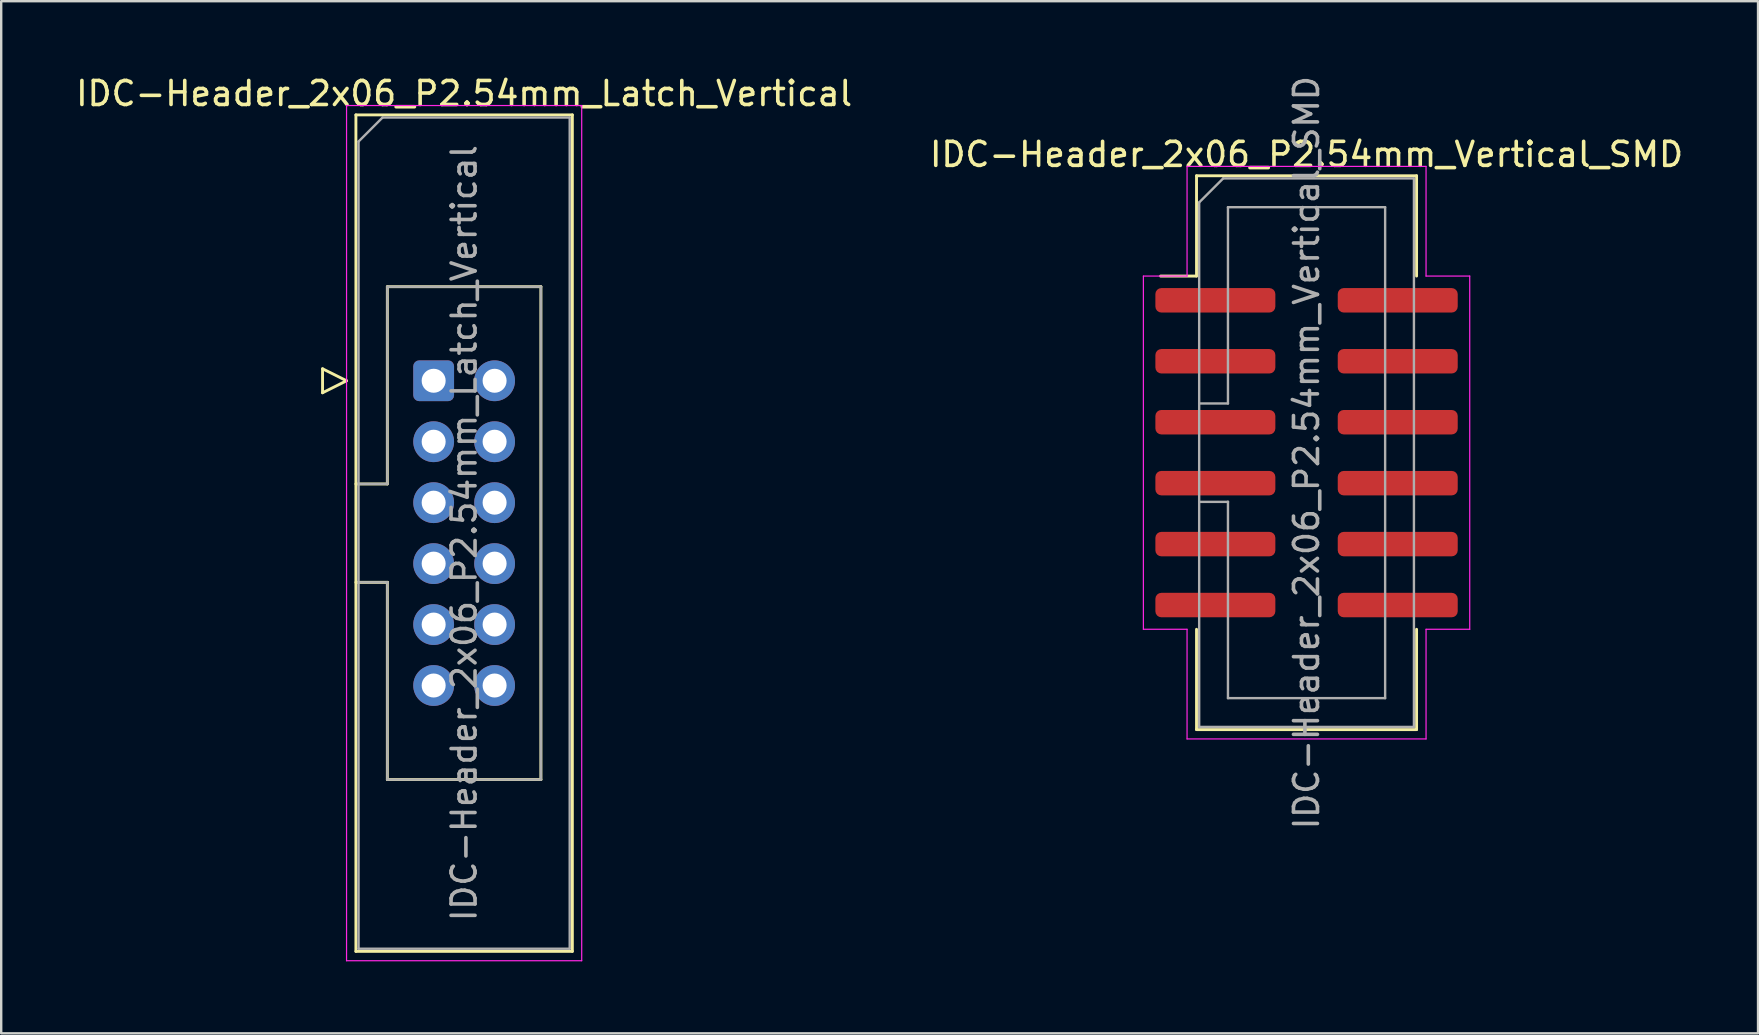
<source format=kicad_pcb>
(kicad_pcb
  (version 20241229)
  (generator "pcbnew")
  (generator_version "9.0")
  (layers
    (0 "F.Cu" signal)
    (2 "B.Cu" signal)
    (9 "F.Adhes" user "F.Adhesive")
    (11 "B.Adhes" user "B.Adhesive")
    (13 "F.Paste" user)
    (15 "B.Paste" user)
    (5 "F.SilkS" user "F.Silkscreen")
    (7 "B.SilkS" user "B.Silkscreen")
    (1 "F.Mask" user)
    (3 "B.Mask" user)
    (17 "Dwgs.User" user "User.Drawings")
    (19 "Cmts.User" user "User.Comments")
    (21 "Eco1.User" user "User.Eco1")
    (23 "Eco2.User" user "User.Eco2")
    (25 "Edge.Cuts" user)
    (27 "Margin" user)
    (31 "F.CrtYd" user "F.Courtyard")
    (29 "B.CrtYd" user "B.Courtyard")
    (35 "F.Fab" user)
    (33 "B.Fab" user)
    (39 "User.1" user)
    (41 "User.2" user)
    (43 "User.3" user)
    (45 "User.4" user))
  (footprint "IDC-Header_2x06_P2.54mm_Vertical_SMD"
    (layer "F.Cu")
    (at 51.399 15.815)
    (property "Reference" "IDC-Header_2x06_P2.54mm_Vertical_SMD" (at 0 -12.43 0) (layer "F.SilkS") (effects (font (size 1 1) (thickness 0.15))))
    (attr smd)
    (fp_line (start -4.585 -11.54) (end 4.585 -11.54) (stroke (width 0.12) (type solid)) (layer "F.SilkS"))
    (fp_line (start -4.585 -7.36) (end -6.085 -7.36) (stroke (width 0.12) (type solid)) (layer "F.SilkS"))
    (fp_line (start -4.585 -7.36) (end -4.585 -11.54) (stroke (width 0.12) (type solid)) (layer "F.SilkS"))
    (fp_line (start -4.585 7.36) (end -4.585 11.54) (stroke (width 0.12) (type solid)) (layer "F.SilkS"))
    (fp_line (start -4.585 11.54) (end 4.585 11.54) (stroke (width 0.12) (type solid)) (layer "F.SilkS"))
    (fp_line (start 4.585 -11.54) (end 4.585 -7.36) (stroke (width 0.12) (type solid)) (layer "F.SilkS"))
    (fp_line (start 4.585 11.54) (end 4.585 7.36) (stroke (width 0.12) (type solid)) (layer "F.SilkS"))
    (fp_line (start -6.8 -7.36) (end -6.8 7.36) (stroke (width 0.05) (type solid)) (layer "F.CrtYd"))
    (fp_line (start -6.8 7.36) (end -4.98 7.36) (stroke (width 0.05) (type solid)) (layer "F.CrtYd"))
    (fp_line (start -4.98 -11.93) (end -4.98 -7.36) (stroke (width 0.05) (type solid)) (layer "F.CrtYd"))
    (fp_line (start -4.98 -7.36) (end -6.8 -7.36) (stroke (width 0.05) (type solid)) (layer "F.CrtYd"))
    (fp_line (start -4.98 7.36) (end -4.98 11.93) (stroke (width 0.05) (type solid)) (layer "F.CrtYd"))
    (fp_line (start -4.98 11.93) (end 4.98 11.93) (stroke (width 0.05) (type solid)) (layer "F.CrtYd"))
    (fp_line (start 4.98 -11.93) (end -4.98 -11.93) (stroke (width 0.05) (type solid)) (layer "F.CrtYd"))
    (fp_line (start 4.98 -7.36) (end 4.98 -11.93) (stroke (width 0.05) (type solid)) (layer "F.CrtYd"))
    (fp_line (start 4.98 7.36) (end 6.8 7.36) (stroke (width 0.05) (type solid)) (layer "F.CrtYd"))
    (fp_line (start 4.98 11.93) (end 4.98 7.36) (stroke (width 0.05) (type solid)) (layer "F.CrtYd"))
    (fp_line (start 6.8 -7.36) (end 4.98 -7.36) (stroke (width 0.05) (type solid)) (layer "F.CrtYd"))
    (fp_line (start 6.8 7.36) (end 6.8 -7.36) (stroke (width 0.05) (type solid)) (layer "F.CrtYd"))
    (fp_line (start -4.475 -10.43) (end -3.475 -11.43) (stroke (width 0.1) (type solid)) (layer "F.Fab"))
    (fp_line (start -4.475 -2.05) (end -3.275 -2.05) (stroke (width 0.1) (type solid)) (layer "F.Fab"))
    (fp_line (start -4.475 11.43) (end -4.475 -10.43) (stroke (width 0.1) (type solid)) (layer "F.Fab"))
    (fp_line (start -3.475 -11.43) (end 4.475 -11.43) (stroke (width 0.1) (type solid)) (layer "F.Fab"))
    (fp_line (start -3.275 -10.23) (end 3.275 -10.23) (stroke (width 0.1) (type solid)) (layer "F.Fab"))
    (fp_line (start -3.275 -2.05) (end -3.275 -10.23) (stroke (width 0.1) (type solid)) (layer "F.Fab"))
    (fp_line (start -3.275 2.05) (end -4.475 2.05) (stroke (width 0.1) (type solid)) (layer "F.Fab"))
    (fp_line (start -3.275 2.05) (end -3.275 2.05) (stroke (width 0.1) (type solid)) (layer "F.Fab"))
    (fp_line (start -3.275 10.23) (end -3.275 2.05) (stroke (width 0.1) (type solid)) (layer "F.Fab"))
    (fp_line (start 3.275 -10.23) (end 3.275 10.23) (stroke (width 0.1) (type solid)) (layer "F.Fab"))
    (fp_line (start 3.275 10.23) (end -3.275 10.23) (stroke (width 0.1) (type solid)) (layer "F.Fab"))
    (fp_line (start 4.475 -11.43) (end 4.475 11.43) (stroke (width 0.1) (type solid)) (layer "F.Fab"))
    (fp_line (start 4.475 11.43) (end -4.475 11.43) (stroke (width 0.1) (type solid)) (layer "F.Fab"))
    (fp_text user "${REFERENCE}" (at 0 0 90) (layer "F.Fab") (effects (font (size 1 1) (thickness 0.15))))
    (pad "1" smd roundrect (at -3.8 -6.35) (size 5 1.02) (layers "F.Cu" "F.Mask" "F.Paste") (roundrect_rratio 0.245))
    (pad "2" smd roundrect (at 3.8 -6.35) (size 5 1.02) (layers "F.Cu" "F.Mask" "F.Paste") (roundrect_rratio 0.245))
    (pad "3" smd roundrect (at -3.8 -3.81) (size 5 1.02) (layers "F.Cu" "F.Mask" "F.Paste") (roundrect_rratio 0.245))
    (pad "4" smd roundrect (at 3.8 -3.81) (size 5 1.02) (layers "F.Cu" "F.Mask" "F.Paste") (roundrect_rratio 0.245))
    (pad "5" smd roundrect (at -3.8 -1.27) (size 5 1.02) (layers "F.Cu" "F.Mask" "F.Paste") (roundrect_rratio 0.245))
    (pad "6" smd roundrect (at 3.8 -1.27) (size 5 1.02) (layers "F.Cu" "F.Mask" "F.Paste") (roundrect_rratio 0.245))
    (pad "7" smd roundrect (at -3.8 1.27) (size 5 1.02) (layers "F.Cu" "F.Mask" "F.Paste") (roundrect_rratio 0.245))
    (pad "8" smd roundrect (at 3.8 1.27) (size 5 1.02) (layers "F.Cu" "F.Mask" "F.Paste") (roundrect_rratio 0.245))
    (pad "9" smd roundrect (at -3.8 3.81) (size 5 1.02) (layers "F.Cu" "F.Mask" "F.Paste") (roundrect_rratio 0.245))
    (pad "10" smd roundrect (at 3.8 3.81) (size 5 1.02) (layers "F.Cu" "F.Mask" "F.Paste") (roundrect_rratio 0.245))
    (pad "11" smd roundrect (at -3.8 6.35) (size 5 1.02) (layers "F.Cu" "F.Mask" "F.Paste") (roundrect_rratio 0.245))
    (pad "12" smd roundrect (at 3.8 6.35) (size 5 1.02) (layers "F.Cu" "F.Mask" "F.Paste") (roundrect_rratio 0.245)))
  (footprint "IDC-Header_2x06_P2.54mm_Latch_Vertical"
    (layer "F.Cu")
    (at 15.022 12.818)
    (property "Reference" "IDC-Header_2x06_P2.54mm_Latch_Vertical" (at 1.27 -11.97 0) (layer "F.SilkS") (effects (font (size 1 1) (thickness 0.15))))
    (attr through_hole)
    (fp_line (start -4.63 -0.5) (end -4.63 0.5) (stroke (width 0.12) (type solid)) (layer "F.SilkS"))
    (fp_line (start -4.63 0.5) (end -3.63 0) (stroke (width 0.12) (type solid)) (layer "F.SilkS"))
    (fp_line (start -3.63 0) (end -4.63 -0.5) (stroke (width 0.12) (type solid)) (layer "F.SilkS"))
    (fp_line (start -3.24 -11.08) (end 5.78 -11.08) (stroke (width 0.12) (type solid)) (layer "F.SilkS"))
    (fp_line (start -3.24 4.3) (end -1.93 4.3) (stroke (width 0.12) (type solid)) (layer "F.SilkS"))
    (fp_line (start -3.24 23.78) (end -3.24 -11.08) (stroke (width 0.12) (type solid)) (layer "F.SilkS"))
    (fp_line (start -1.93 -3.92) (end 4.47 -3.92) (stroke (width 0.12) (type solid)) (layer "F.SilkS"))
    (fp_line (start -1.93 4.3) (end -1.93 -3.92) (stroke (width 0.12) (type solid)) (layer "F.SilkS"))
    (fp_line (start -1.93 8.4) (end -3.24 8.4) (stroke (width 0.12) (type solid)) (layer "F.SilkS"))
    (fp_line (start -1.93 8.4) (end -1.93 8.4) (stroke (width 0.12) (type solid)) (layer "F.SilkS"))
    (fp_line (start -1.93 16.62) (end -1.93 8.4) (stroke (width 0.12) (type solid)) (layer "F.SilkS"))
    (fp_line (start 4.47 -3.92) (end 4.47 16.62) (stroke (width 0.12) (type solid)) (layer "F.SilkS"))
    (fp_line (start 4.47 16.62) (end -1.93 16.62) (stroke (width 0.12) (type solid)) (layer "F.SilkS"))
    (fp_line (start 5.78 -11.08) (end 5.78 23.78) (stroke (width 0.12) (type solid)) (layer "F.SilkS"))
    (fp_line (start 5.78 23.78) (end -3.24 23.78) (stroke (width 0.12) (type solid)) (layer "F.SilkS"))
    (fp_line (start -3.63 -11.47) (end -3.63 24.17) (stroke (width 0.05) (type solid)) (layer "F.CrtYd"))
    (fp_line (start -3.63 24.17) (end 6.17 24.17) (stroke (width 0.05) (type solid)) (layer "F.CrtYd"))
    (fp_line (start 6.17 -11.47) (end -3.63 -11.47) (stroke (width 0.05) (type solid)) (layer "F.CrtYd"))
    (fp_line (start 6.17 24.17) (end 6.17 -11.47) (stroke (width 0.05) (type solid)) (layer "F.CrtYd"))
    (fp_line (start -3.13 -9.97) (end -2.13 -10.97) (stroke (width 0.1) (type solid)) (layer "F.Fab"))
    (fp_line (start -3.13 4.3) (end -1.93 4.3) (stroke (width 0.1) (type solid)) (layer "F.Fab"))
    (fp_line (start -3.13 23.67) (end -3.13 -9.97) (stroke (width 0.1) (type solid)) (layer "F.Fab"))
    (fp_line (start -2.13 -10.97) (end 5.67 -10.97) (stroke (width 0.1) (type solid)) (layer "F.Fab"))
    (fp_line (start -1.93 -3.92) (end 4.47 -3.92) (stroke (width 0.1) (type solid)) (layer "F.Fab"))
    (fp_line (start -1.93 4.3) (end -1.93 -3.92) (stroke (width 0.1) (type solid)) (layer "F.Fab"))
    (fp_line (start -1.93 8.4) (end -3.13 8.4) (stroke (width 0.1) (type solid)) (layer "F.Fab"))
    (fp_line (start -1.93 8.4) (end -1.93 8.4) (stroke (width 0.1) (type solid)) (layer "F.Fab"))
    (fp_line (start -1.93 16.62) (end -1.93 8.4) (stroke (width 0.1) (type solid)) (layer "F.Fab"))
    (fp_line (start 4.47 -3.92) (end 4.47 16.62) (stroke (width 0.1) (type solid)) (layer "F.Fab"))
    (fp_line (start 4.47 16.62) (end -1.93 16.62) (stroke (width 0.1) (type solid)) (layer "F.Fab"))
    (fp_line (start 5.67 -10.97) (end 5.67 23.67) (stroke (width 0.1) (type solid)) (layer "F.Fab"))
    (fp_line (start 5.67 23.67) (end -3.13 23.67) (stroke (width 0.1) (type solid)) (layer "F.Fab"))
    (fp_text user "${REFERENCE}" (at 1.27 6.35 90) (layer "F.Fab") (effects (font (size 1 1) (thickness 0.15))))
    (pad "1" thru_hole roundrect (at 0 0) (size 1.7 1.7) (drill 1) (layers "*.Cu" "*.Mask") (roundrect_rratio 0.147))
    (pad "2" thru_hole circle (at 2.54 0) (size 1.7 1.7) (drill 1) (layers "*.Cu" "*.Mask"))
    (pad "3" thru_hole circle (at 0 2.54) (size 1.7 1.7) (drill 1) (layers "*.Cu" "*.Mask"))
    (pad "4" thru_hole circle (at 2.54 2.54) (size 1.7 1.7) (drill 1) (layers "*.Cu" "*.Mask"))
    (pad "5" thru_hole circle (at 0 5.08) (size 1.7 1.7) (drill 1) (layers "*.Cu" "*.Mask"))
    (pad "6" thru_hole circle (at 2.54 5.08) (size 1.7 1.7) (drill 1) (layers "*.Cu" "*.Mask"))
    (pad "7" thru_hole circle (at 0 7.62) (size 1.7 1.7) (drill 1) (layers "*.Cu" "*.Mask"))
    (pad "8" thru_hole circle (at 2.54 7.62) (size 1.7 1.7) (drill 1) (layers "*.Cu" "*.Mask"))
    (pad "9" thru_hole circle (at 0 10.16) (size 1.7 1.7) (drill 1) (layers "*.Cu" "*.Mask"))
    (pad "10" thru_hole circle (at 2.54 10.16) (size 1.7 1.7) (drill 1) (layers "*.Cu" "*.Mask"))
    (pad "11" thru_hole circle (at 0 12.7) (size 1.7 1.7) (drill 1) (layers "*.Cu" "*.Mask"))
    (pad "12" thru_hole circle (at 2.54 12.7) (size 1.7 1.7) (drill 1) (layers "*.Cu" "*.Mask")))
  (gr_rect
    (start -3 -3)
    (end 70.214 40.013)
    (stroke (width 0.1) (type default))
    (fill no)
    (layer "Edge.Cuts")))
</source>
